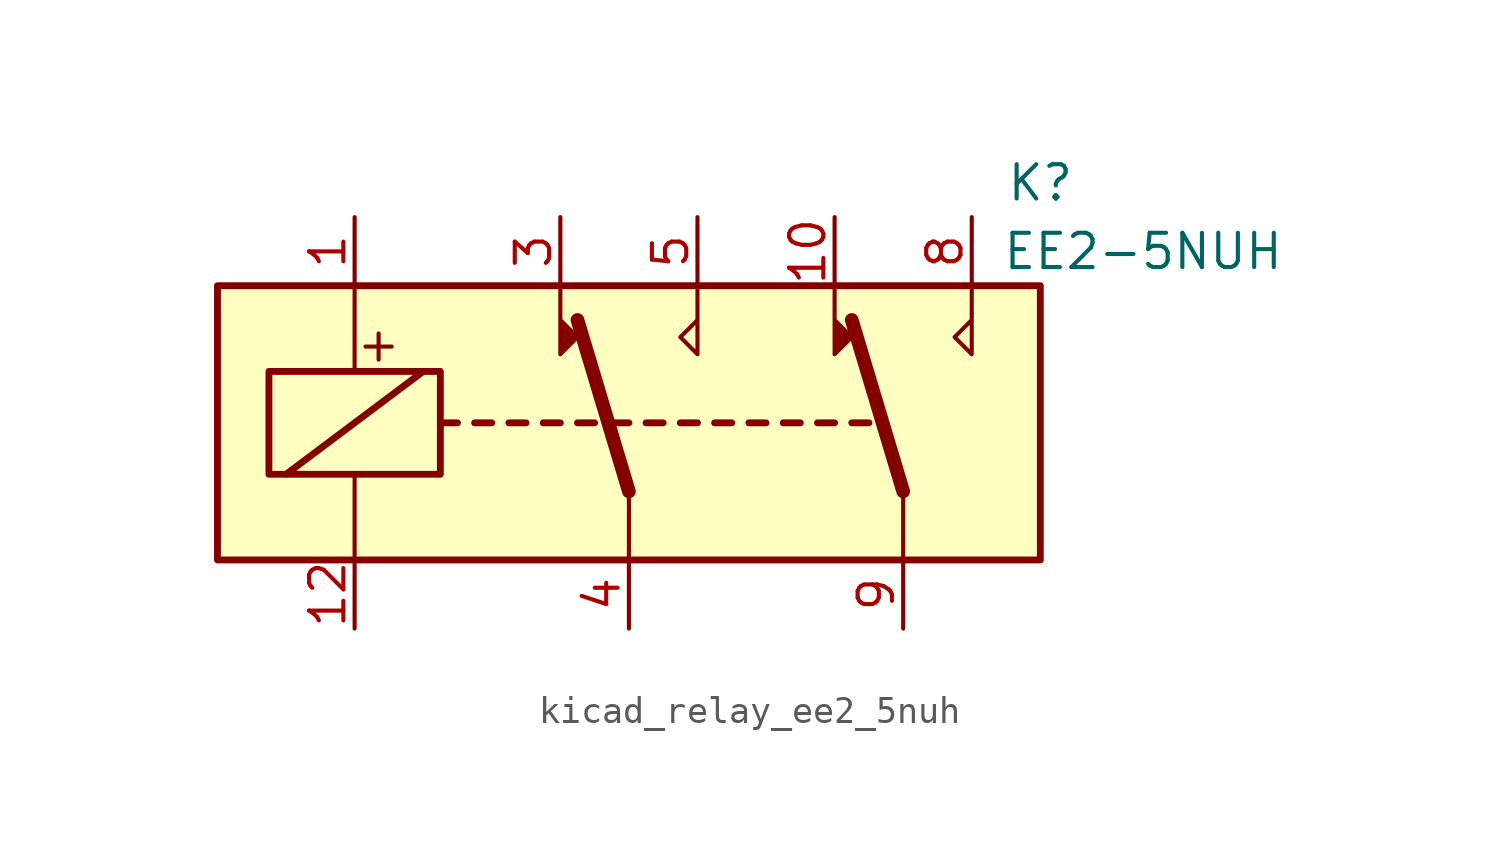
<source format=kicad_sym>
(kicad_symbol_lib
  (version 20220914)
  (generator kicad_symbol_editor)
  (symbol "kicad_relay_ee2_5nuh"
    (property "Reference" "K"
      (at 15.24 8.89 0)
      (effects (font (size 1.27 1.27))))
    (property "Value" "EE2-5NUH"
      (at 19.05 6.35 0)
      (effects (font (size 1.27 1.27))))
    (symbol "kicad_relay_ee2_5nuh_1_1"
      (rectangle (start -15.24 5.08) (end 15.24 -5.08) (stroke (width 0.254) (type default)) (fill (type background)))
      (rectangle (start -13.335 1.905) (end -6.985 -1.905) (stroke (width 0.254) (type default)) (fill (type none)))
      (polyline (pts (xy -12.7 -1.905) (xy -7.62 1.905)) (stroke (width 0.254) (type default)) (fill (type none)))
      (polyline (pts (xy -10.16 -5.08) (xy -10.16 -1.905)) (stroke (width 0) (type default)) (fill (type none)))
      (polyline (pts (xy -10.16 5.08) (xy -10.16 1.905)) (stroke (width 0) (type default)) (fill (type none)))
      (polyline (pts (xy -6.985 0) (xy -6.35 0)) (stroke (width 0.254) (type default)) (fill (type none)))
      (polyline (pts (xy -5.715 0) (xy -5.08 0)) (stroke (width 0.254) (type default)) (fill (type none)))
      (polyline (pts (xy -4.445 0) (xy -3.81 0)) (stroke (width 0.254) (type default)) (fill (type none)))
      (polyline (pts (xy -3.175 0) (xy -2.54 0)) (stroke (width 0.254) (type default)) (fill (type none)))
      (polyline (pts (xy -1.905 0) (xy -1.27 0)) (stroke (width 0.254) (type default)) (fill (type none)))
      (polyline (pts (xy -0.635 0) (xy 0 0)) (stroke (width 0.254) (type default)) (fill (type none)))
      (polyline (pts (xy 0 -2.54) (xy -1.905 3.81)) (stroke (width 0.508) (type default)) (fill (type none)))
      (polyline (pts (xy 0 -2.54) (xy 0 -5.08)) (stroke (width 0) (type default)) (fill (type none)))
      (polyline (pts (xy 0.635 0) (xy 1.27 0)) (stroke (width 0.254) (type default)) (fill (type none)))
      (polyline (pts (xy 1.905 0) (xy 2.54 0)) (stroke (width 0.254) (type default)) (fill (type none)))
      (polyline (pts (xy 3.175 0) (xy 3.81 0)) (stroke (width 0.254) (type default)) (fill (type none)))
      (polyline (pts (xy 4.445 0) (xy 5.08 0)) (stroke (width 0.254) (type default)) (fill (type none)))
      (polyline (pts (xy 5.715 0) (xy 6.35 0)) (stroke (width 0.254) (type default)) (fill (type none)))
      (polyline (pts (xy 6.985 0) (xy 7.62 0)) (stroke (width 0.254) (type default)) (fill (type none)))
      (polyline (pts (xy 8.255 0) (xy 8.89 0)) (stroke (width 0.254) (type default)) (fill (type none)))
      (polyline (pts (xy 10.16 -2.54) (xy 8.255 3.81)) (stroke (width 0.508) (type default)) (fill (type none)))
      (polyline (pts (xy 10.16 -2.54) (xy 10.16 -5.08)) (stroke (width 0) (type default)) (fill (type none)))
      (polyline (pts (xy -2.54 5.08) (xy -2.54 2.54) (xy -1.905 3.175) (xy -2.54 3.81)) (stroke (width 0) (type default)) (fill (type outline)))
      (polyline (pts (xy 2.54 5.08) (xy 2.54 2.54) (xy 1.905 3.175) (xy 2.54 3.81)) (stroke (width 0) (type default)) (fill (type none)))
      (polyline (pts (xy 7.62 5.08) (xy 7.62 2.54) (xy 8.255 3.175) (xy 7.62 3.81)) (stroke (width 0) (type default)) (fill (type outline)))
      (polyline (pts (xy 12.7 5.08) (xy 12.7 2.54) (xy 12.065 3.175) (xy 12.7 3.81)) (stroke (width 0) (type default)) (fill (type none)))
      (text "+" (at -9.271 2.921 0) (effects (font (size 1.27 1.27))))
      (pin passive line (at -10.16 7.62 270) (length 2.54) (name "~" (effects (font (size 1.27 1.27)))) (number "1" (effects (font (size 1.27 1.27)))))
      (pin passive line (at 7.62 7.62 270) (length 2.54) (name "~" (effects (font (size 1.27 1.27)))) (number "10" (effects (font (size 1.27 1.27)))))
      (pin passive line (at -10.16 -7.62 90) (length 2.54) (name "~" (effects (font (size 1.27 1.27)))) (number "12" (effects (font (size 1.27 1.27)))))
      (pin passive line (at -2.54 7.62 270) (length 2.54) (name "~" (effects (font (size 1.27 1.27)))) (number "3" (effects (font (size 1.27 1.27)))))
      (pin passive line (at 0 -7.62 90) (length 2.54) (name "~" (effects (font (size 1.27 1.27)))) (number "4" (effects (font (size 1.27 1.27)))))
      (pin passive line (at 2.54 7.62 270) (length 2.54) (name "~" (effects (font (size 1.27 1.27)))) (number "5" (effects (font (size 1.27 1.27)))))
      (pin passive line (at 12.7 7.62 270) (length 2.54) (name "~" (effects (font (size 1.27 1.27)))) (number "8" (effects (font (size 1.27 1.27)))))
      (pin passive line (at 10.16 -7.62 90) (length 2.54) (name "~" (effects (font (size 1.27 1.27)))) (number "9" (effects (font (size 1.27 1.27))))))))
</source>
